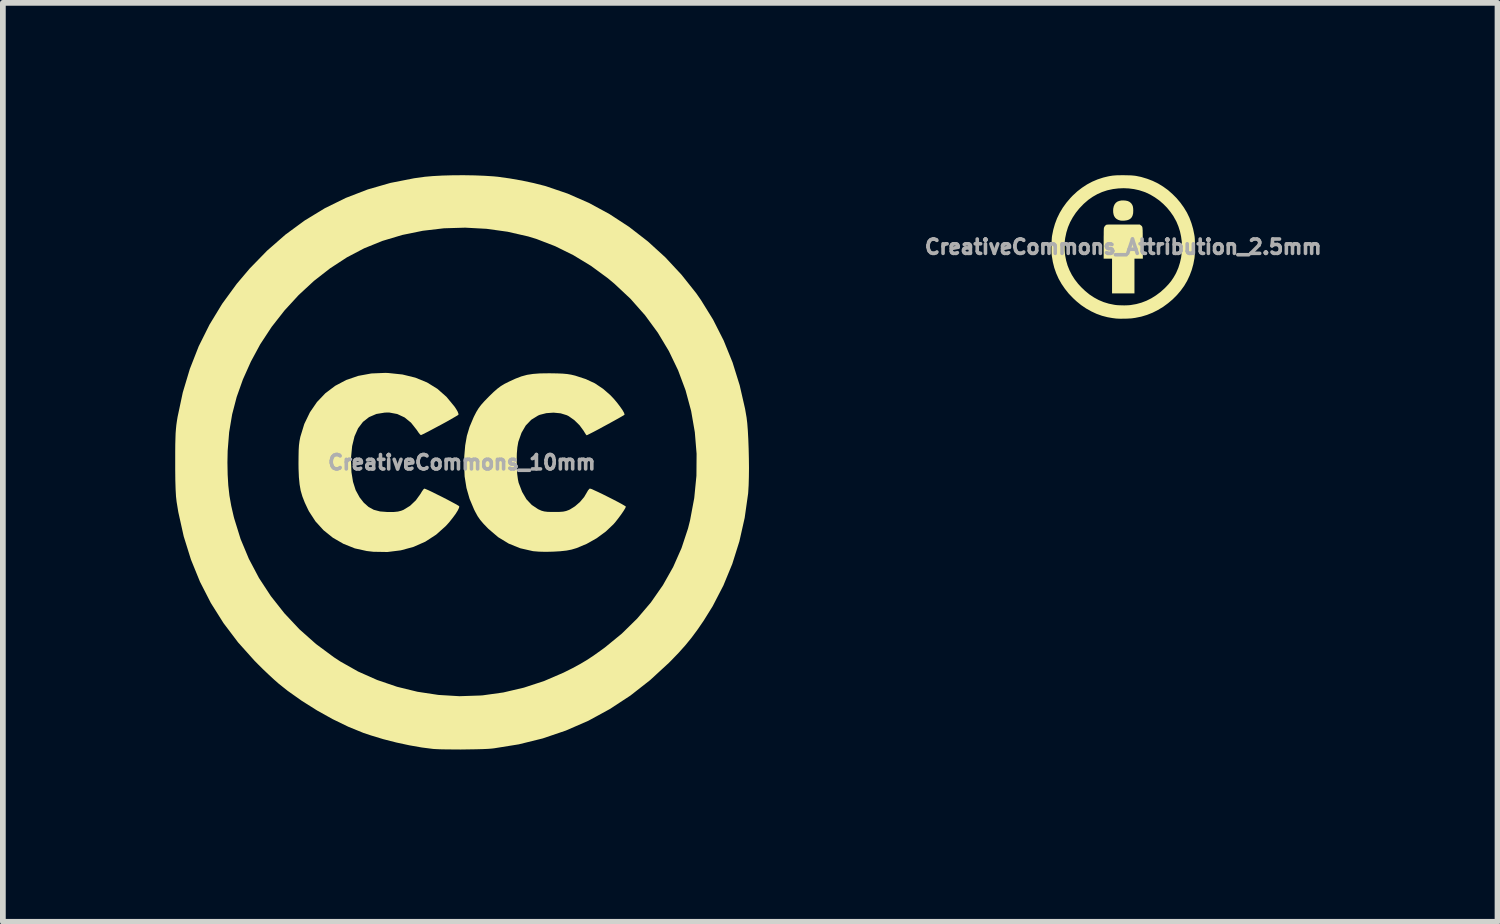
<source format=kicad_pcb>
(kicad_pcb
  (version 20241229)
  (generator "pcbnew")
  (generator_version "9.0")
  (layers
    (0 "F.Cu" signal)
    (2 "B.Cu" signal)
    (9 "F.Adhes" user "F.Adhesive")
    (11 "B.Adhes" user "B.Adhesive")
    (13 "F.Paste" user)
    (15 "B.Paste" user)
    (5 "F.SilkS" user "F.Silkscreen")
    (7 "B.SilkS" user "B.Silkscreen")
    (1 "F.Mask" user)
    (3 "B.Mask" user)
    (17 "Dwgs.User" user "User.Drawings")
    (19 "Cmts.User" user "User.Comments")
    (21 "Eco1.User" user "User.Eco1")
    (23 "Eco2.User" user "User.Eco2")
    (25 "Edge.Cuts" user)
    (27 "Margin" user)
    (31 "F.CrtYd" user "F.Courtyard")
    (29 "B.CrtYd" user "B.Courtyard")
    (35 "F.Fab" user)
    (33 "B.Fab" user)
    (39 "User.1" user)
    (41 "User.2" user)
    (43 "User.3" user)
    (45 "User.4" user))
  (footprint "CreativeCommons_10mm"
    (layer "F.Cu")
    (at 4.99 5)
    (property "Reference" "CreativeCommons_10mm" (at 0 0 0) (layer "F.Fab") (effects (font (size 0.25 0.25) (thickness 0.3))))
    (attr board_only exclude_from_pos_files exclude_from_bom)
    (fp_poly (pts (xy -1.282 -1.557) (xy -1.034 -1.531) (xy -0.81 -1.476) (xy -0.607 -1.393) (xy -0.427 -1.282) (xy -0.267 -1.141) (xy -0.127 -0.971) (xy -0.101 -0.932) (xy -0.073 -0.884) (xy -0.059 -0.845) (xy -0.059 -0.832) (xy -0.076 -0.819) (xy -0.12 -0.793) (xy -0.184 -0.756) (xy -0.263 -0.711) (xy -0.351 -0.663) (xy -0.443 -0.614) (xy -0.531 -0.567) (xy -0.611 -0.525) (xy -0.677 -0.492) (xy -0.712 -0.476) (xy -0.728 -0.487) (xy -0.756 -0.522) (xy -0.787 -0.568) (xy -0.885 -0.692) (xy -0.998 -0.784) (xy -1.125 -0.843) (xy -1.264 -0.869) (xy -1.34 -0.868) (xy -1.488 -0.844) (xy -1.616 -0.789) (xy -1.722 -0.706) (xy -1.807 -0.594) (xy -1.869 -0.454) (xy -1.91 -0.285) (xy -1.929 -0.088) (xy -1.93 -0.027) (xy -1.922 0.169) (xy -1.895 0.337) (xy -1.849 0.482) (xy -1.78 0.608) (xy -1.708 0.7) (xy -1.625 0.774) (xy -1.534 0.824) (xy -1.425 0.853) (xy -1.293 0.863) (xy -1.273 0.863) (xy -1.18 0.862) (xy -1.112 0.855) (xy -1.057 0.841) (xy -1.016 0.825) (xy -0.902 0.755) (xy -0.801 0.659) (xy -0.723 0.551) (xy -0.692 0.5) (xy -0.666 0.465) (xy -0.653 0.455) (xy -0.63 0.463) (xy -0.581 0.484) (xy -0.514 0.516) (xy -0.434 0.556) (xy -0.347 0.599) (xy -0.261 0.643) (xy -0.182 0.685) (xy -0.115 0.721) (xy -0.068 0.748) (xy -0.046 0.762) (xy -0.046 0.763) (xy -0.049 0.789) (xy -0.072 0.837) (xy -0.111 0.899) (xy -0.163 0.969) (xy -0.222 1.043) (xy -0.28 1.107) (xy -0.448 1.257) (xy -0.636 1.379) (xy -0.842 1.47) (xy -1.063 1.53) (xy -1.296 1.559) (xy -1.54 1.555) (xy -1.655 1.542) (xy -1.863 1.496) (xy -2.061 1.417) (xy -2.245 1.311) (xy -2.409 1.179) (xy -2.549 1.025) (xy -2.662 0.851) (xy -2.68 0.815) (xy -2.735 0.698) (xy -2.776 0.593) (xy -2.806 0.49) (xy -2.825 0.381) (xy -2.837 0.258) (xy -2.843 0.112) (xy -2.844 0.027) (xy -2.843 -0.107) (xy -2.841 -0.212) (xy -2.836 -0.297) (xy -2.827 -0.368) (xy -2.814 -0.435) (xy -2.812 -0.445) (xy -2.743 -0.67) (xy -2.645 -0.873) (xy -2.522 -1.052) (xy -2.375 -1.206) (xy -2.205 -1.334) (xy -2.014 -1.435) (xy -1.804 -1.507) (xy -1.576 -1.549) (xy -1.334 -1.559)) (stroke (width 0) (type solid)) (fill yes) (layer "F.SilkS"))
    (fp_poly (pts (xy 1.536 -1.552) (xy 1.66 -1.55) (xy 1.756 -1.546) (xy 1.834 -1.539) (xy 1.902 -1.528) (xy 1.969 -1.512) (xy 1.973 -1.511) (xy 2.157 -1.451) (xy 2.316 -1.377) (xy 2.459 -1.281) (xy 2.587 -1.169) (xy 2.642 -1.111) (xy 2.698 -1.045) (xy 2.75 -0.977) (xy 2.793 -0.916) (xy 2.822 -0.866) (xy 2.832 -0.835) (xy 2.832 -0.832) (xy 2.816 -0.82) (xy 2.773 -0.795) (xy 2.71 -0.759) (xy 2.632 -0.716) (xy 2.545 -0.668) (xy 2.456 -0.62) (xy 2.37 -0.573) (xy 2.292 -0.532) (xy 2.229 -0.5) (xy 2.187 -0.479) (xy 2.171 -0.473) (xy 2.159 -0.487) (xy 2.136 -0.523) (xy 2.12 -0.55) (xy 2.048 -0.648) (xy 1.957 -0.737) (xy 1.859 -0.806) (xy 1.827 -0.822) (xy 1.72 -0.855) (xy 1.596 -0.867) (xy 1.47 -0.858) (xy 1.356 -0.829) (xy 1.326 -0.816) (xy 1.208 -0.743) (xy 1.112 -0.643) (xy 1.038 -0.516) (xy 0.983 -0.36) (xy 0.98 -0.345) (xy 0.966 -0.263) (xy 0.957 -0.157) (xy 0.954 -0.037) (xy 0.956 0.085) (xy 0.963 0.2) (xy 0.976 0.297) (xy 0.988 0.354) (xy 1.049 0.513) (xy 1.124 0.641) (xy 1.217 0.74) (xy 1.328 0.814) (xy 1.337 0.818) (xy 1.386 0.84) (xy 1.434 0.853) (xy 1.492 0.86) (xy 1.571 0.862) (xy 1.609 0.862) (xy 1.699 0.861) (xy 1.764 0.856) (xy 1.815 0.845) (xy 1.863 0.827) (xy 1.882 0.818) (xy 1.97 0.763) (xy 2.056 0.688) (xy 2.128 0.603) (xy 2.171 0.53) (xy 2.197 0.485) (xy 2.221 0.458) (xy 2.23 0.455) (xy 2.255 0.462) (xy 2.304 0.484) (xy 2.372 0.515) (xy 2.453 0.554) (xy 2.539 0.597) (xy 2.626 0.641) (xy 2.707 0.683) (xy 2.776 0.72) (xy 2.826 0.749) (xy 2.852 0.766) (xy 2.855 0.769) (xy 2.844 0.796) (xy 2.815 0.844) (xy 2.774 0.904) (xy 2.726 0.969) (xy 2.676 1.033) (xy 2.64 1.075) (xy 2.506 1.202) (xy 2.347 1.319) (xy 2.173 1.417) (xy 1.996 1.491) (xy 1.909 1.517) (xy 1.822 1.534) (xy 1.711 1.546) (xy 1.586 1.553) (xy 1.459 1.556) (xy 1.342 1.553) (xy 1.245 1.545) (xy 1.237 1.544) (xy 1.017 1.494) (xy 0.816 1.413) (xy 0.632 1.301) (xy 0.461 1.155) (xy 0.453 1.147) (xy 0.377 1.068) (xy 0.32 1.001) (xy 0.274 0.935) (xy 0.231 0.856) (xy 0.212 0.818) (xy 0.134 0.633) (xy 0.08 0.444) (xy 0.048 0.244) (xy 0.039 0.025) (xy 0.042 -0.109) (xy 0.058 -0.297) (xy 0.087 -0.463) (xy 0.134 -0.619) (xy 0.201 -0.778) (xy 0.211 -0.8) (xy 0.251 -0.878) (xy 0.29 -0.942) (xy 0.334 -1.001) (xy 0.391 -1.065) (xy 0.468 -1.144) (xy 0.472 -1.148) (xy 0.552 -1.226) (xy 0.617 -1.283) (xy 0.677 -1.328) (xy 0.741 -1.367) (xy 0.819 -1.406) (xy 0.934 -1.459) (xy 1.036 -1.498) (xy 1.135 -1.525) (xy 1.24 -1.541) (xy 1.36 -1.55) (xy 1.506 -1.552)) (stroke (width 0) (type solid)) (fill yes) (layer "F.SilkS"))
    (fp_poly (pts (xy 0.221 -4.997) (xy 0.397 -4.99) (xy 0.552 -4.98) (xy 0.626 -4.973) (xy 0.833 -4.944) (xy 1.046 -4.907) (xy 1.251 -4.863) (xy 1.437 -4.816) (xy 1.462 -4.809) (xy 1.841 -4.68) (xy 2.211 -4.518) (xy 2.569 -4.324) (xy 2.912 -4.1) (xy 3.237 -3.848) (xy 3.542 -3.57) (xy 3.823 -3.268) (xy 4.08 -2.945) (xy 4.162 -2.827) (xy 4.373 -2.486) (xy 4.557 -2.123) (xy 4.712 -1.741) (xy 4.836 -1.343) (xy 4.93 -0.933) (xy 4.956 -0.782) (xy 4.968 -0.682) (xy 4.978 -0.553) (xy 4.986 -0.403) (xy 4.992 -0.24) (xy 4.996 -0.071) (xy 4.998 0.097) (xy 4.996 0.255) (xy 4.992 0.397) (xy 4.985 0.513) (xy 4.983 0.54) (xy 4.923 0.964) (xy 4.831 1.373) (xy 4.707 1.767) (xy 4.552 2.143) (xy 4.366 2.502) (xy 4.21 2.753) (xy 4.101 2.912) (xy 3.998 3.051) (xy 3.892 3.181) (xy 3.776 3.311) (xy 3.641 3.451) (xy 3.601 3.491) (xy 3.276 3.79) (xy 2.934 4.058) (xy 2.575 4.293) (xy 2.201 4.497) (xy 1.811 4.667) (xy 1.408 4.804) (xy 0.991 4.907) (xy 0.561 4.976) (xy 0.518 4.981) (xy 0.453 4.986) (xy 0.36 4.99) (xy 0.245 4.993) (xy 0.116 4.995) (xy -0.019 4.997) (xy -0.152 4.996) (xy -0.277 4.995) (xy -0.384 4.993) (xy -0.468 4.989) (xy -0.5 4.987) (xy -0.696 4.962) (xy -0.913 4.924) (xy -1.141 4.875) (xy -1.368 4.817) (xy -1.582 4.752) (xy -1.714 4.708) (xy -1.976 4.601) (xy -2.248 4.469) (xy -2.521 4.317) (xy -2.786 4.15) (xy -3.033 3.975) (xy -3.191 3.849) (xy -3.267 3.782) (xy -3.358 3.698) (xy -3.457 3.604) (xy -3.554 3.508) (xy -3.61 3.451) (xy -3.896 3.132) (xy -4.149 2.797) (xy -4.37 2.446) (xy -4.559 2.077) (xy -4.716 1.691) (xy -4.842 1.287) (xy -4.936 0.865) (xy -4.966 0.682) (xy -4.976 0.594) (xy -4.983 0.471) (xy -4.988 0.314) (xy -4.99 0.121) (xy -4.99 0) (xy -4.081 0) (xy -4.077 0.213) (xy -4.066 0.401) (xy -4.046 0.578) (xy -4.015 0.754) (xy -3.972 0.941) (xy -3.963 0.975) (xy -3.852 1.333) (xy -3.708 1.678) (xy -3.532 2.011) (xy -3.325 2.327) (xy -3.09 2.625) (xy -2.828 2.904) (xy -2.54 3.16) (xy -2.228 3.391) (xy -2.117 3.464) (xy -1.805 3.64) (xy -1.474 3.787) (xy -1.128 3.905) (xy -0.772 3.992) (xy -0.408 4.047) (xy -0.043 4.069) (xy 0.321 4.057) (xy 0.364 4.054) (xy 0.722 4.004) (xy 1.08 3.92) (xy 1.431 3.805) (xy 1.768 3.66) (xy 1.778 3.655) (xy 1.926 3.581) (xy 2.053 3.512) (xy 2.17 3.443) (xy 2.286 3.367) (xy 2.414 3.276) (xy 2.491 3.22) (xy 2.785 2.979) (xy 3.052 2.717) (xy 3.291 2.436) (xy 3.5 2.136) (xy 3.678 1.82) (xy 3.824 1.49) (xy 3.937 1.148) (xy 3.972 1.009) (xy 4.045 0.62) (xy 4.083 0.233) (xy 4.086 -0.15) (xy 4.055 -0.527) (xy 3.991 -0.896) (xy 3.894 -1.256) (xy 3.764 -1.604) (xy 3.603 -1.939) (xy 3.411 -2.259) (xy 3.188 -2.563) (xy 2.936 -2.848) (xy 2.654 -3.112) (xy 2.543 -3.205) (xy 2.249 -3.421) (xy 1.941 -3.608) (xy 1.625 -3.764) (xy 1.304 -3.888) (xy 1.155 -3.934) (xy 0.796 -4.016) (xy 0.429 -4.067) (xy 0.058 -4.087) (xy -0.313 -4.076) (xy -0.679 -4.033) (xy -1.037 -3.96) (xy -1.381 -3.857) (xy -1.7 -3.728) (xy -2.001 -3.57) (xy -2.294 -3.379) (xy -2.575 -3.16) (xy -2.841 -2.914) (xy -3.087 -2.646) (xy -3.311 -2.36) (xy -3.51 -2.057) (xy -3.673 -1.755) (xy -3.812 -1.444) (xy -3.92 -1.14) (xy -3.999 -0.837) (xy -4.051 -0.527) (xy -4.077 -0.202) (xy -4.081 0) (xy -4.99 0) (xy -4.99 -0.018) (xy -4.99 -0.18) (xy -4.989 -0.312) (xy -4.986 -0.419) (xy -4.983 -0.508) (xy -4.977 -0.584) (xy -4.97 -0.654) (xy -4.96 -0.724) (xy -4.949 -0.791) (xy -4.858 -1.219) (xy -4.735 -1.629) (xy -4.581 -2.022) (xy -4.393 -2.399) (xy -4.173 -2.761) (xy -3.92 -3.108) (xy -3.693 -3.376) (xy -3.39 -3.687) (xy -3.071 -3.966) (xy -2.736 -4.212) (xy -2.386 -4.425) (xy -2.02 -4.605) (xy -1.639 -4.752) (xy -1.243 -4.866) (xy -0.831 -4.947) (xy -0.643 -4.973) (xy -0.504 -4.985) (xy -0.339 -4.994) (xy -0.156 -4.999) (xy 0.033 -5)) (stroke (width 0) (type solid)) (fill yes) (layer "F.SilkS")))
  (footprint "CreativeCommons_Attribution_2.5mm"
    (layer "F.Cu")
    (at 16.503 1.248)
    (property "Reference" "CreativeCommons_Attribution_2.5mm" (at 0 0 0) (layer "F.Fab") (effects (font (size 0.25 0.25) (thickness 0.3))))
    (attr board_only exclude_from_pos_files exclude_from_bom)
    (fp_poly (pts (xy 0.043 -0.806) (xy 0.079 -0.798) (xy 0.109 -0.784) (xy 0.134 -0.763) (xy 0.144 -0.751) (xy 0.158 -0.729) (xy 0.167 -0.705) (xy 0.172 -0.675) (xy 0.174 -0.639) (xy 0.174 -0.63) (xy 0.172 -0.585) (xy 0.163 -0.548) (xy 0.149 -0.518) (xy 0.128 -0.494) (xy 0.101 -0.476) (xy 0.067 -0.464) (xy 0.026 -0.458) (xy 0.014 -0.457) (xy -0.008 -0.457) (xy -0.03 -0.457) (xy -0.048 -0.459) (xy -0.05 -0.459) (xy -0.086 -0.47) (xy -0.117 -0.487) (xy -0.142 -0.51) (xy -0.159 -0.538) (xy -0.16 -0.539) (xy -0.169 -0.567) (xy -0.175 -0.601) (xy -0.176 -0.636) (xy -0.174 -0.668) (xy -0.165 -0.708) (xy -0.15 -0.741) (xy -0.13 -0.767) (xy -0.104 -0.787) (xy -0.072 -0.8) (xy -0.033 -0.808) (xy 0 -0.809)) (stroke (width 0) (type solid)) (fill yes) (layer "F.SilkS"))
    (fp_poly (pts (xy -0.061 -0.39) (xy 0.002 -0.39) (xy 0.005 -0.39) (xy 0.289 -0.389) (xy 0.306 -0.376) (xy 0.313 -0.371) (xy 0.318 -0.367) (xy 0.323 -0.362) (xy 0.327 -0.356) (xy 0.33 -0.349) (xy 0.333 -0.339) (xy 0.335 -0.327) (xy 0.336 -0.31) (xy 0.338 -0.289) (xy 0.338 -0.263) (xy 0.339 -0.231) (xy 0.339 -0.192) (xy 0.34 -0.146) (xy 0.34 -0.092) (xy 0.34 -0.065) (xy 0.341 0.205) (xy 0.195 0.205) (xy 0.195 0.809) (xy -0.195 0.809) (xy -0.195 0.205) (xy -0.341 0.205) (xy -0.341 -0.056) (xy -0.341 -0.118) (xy -0.341 -0.173) (xy -0.34 -0.221) (xy -0.34 -0.26) (xy -0.339 -0.292) (xy -0.338 -0.314) (xy -0.337 -0.329) (xy -0.336 -0.333) (xy -0.328 -0.351) (xy -0.315 -0.369) (xy -0.299 -0.382) (xy -0.292 -0.386) (xy -0.286 -0.387) (xy -0.275 -0.388) (xy -0.257 -0.389) (xy -0.233 -0.389) (xy -0.201 -0.39) (xy -0.163 -0.39) (xy -0.116 -0.39)) (stroke (width 0) (type solid)) (fill yes) (layer "F.SilkS"))
    (fp_poly (pts (xy 0.055 -1.247) (xy 0.099 -1.246) (xy 0.137 -1.245) (xy 0.171 -1.242) (xy 0.202 -1.239) (xy 0.233 -1.234) (xy 0.266 -1.227) (xy 0.301 -1.22) (xy 0.317 -1.216) (xy 0.417 -1.186) (xy 0.513 -1.149) (xy 0.606 -1.104) (xy 0.694 -1.05) (xy 0.779 -0.989) (xy 0.858 -0.919) (xy 0.928 -0.849) (xy 0.996 -0.768) (xy 1.056 -0.684) (xy 1.108 -0.598) (xy 1.152 -0.507) (xy 1.187 -0.413) (xy 1.216 -0.314) (xy 1.237 -0.21) (xy 1.242 -0.18) (xy 1.244 -0.158) (xy 1.246 -0.128) (xy 1.247 -0.093) (xy 1.248 -0.054) (xy 1.248 -0.013) (xy 1.248 0.03) (xy 1.247 0.071) (xy 1.246 0.11) (xy 1.244 0.145) (xy 1.242 0.174) (xy 1.24 0.194) (xy 1.22 0.3) (xy 1.192 0.401) (xy 1.156 0.497) (xy 1.113 0.589) (xy 1.062 0.676) (xy 1.002 0.759) (xy 0.935 0.838) (xy 0.86 0.913) (xy 0.782 0.979) (xy 0.695 1.043) (xy 0.604 1.098) (xy 0.511 1.145) (xy 0.413 1.184) (xy 0.313 1.214) (xy 0.209 1.235) (xy 0.152 1.243) (xy 0.133 1.245) (xy 0.107 1.246) (xy 0.076 1.248) (xy 0.043 1.249) (xy 0.009 1.249) (xy -0.025 1.25) (xy -0.057 1.25) (xy -0.085 1.249) (xy -0.107 1.248) (xy -0.122 1.247) (xy -0.123 1.247) (xy -0.132 1.246) (xy -0.148 1.244) (xy -0.167 1.241) (xy -0.175 1.241) (xy -0.273 1.224) (xy -0.37 1.199) (xy -0.465 1.165) (xy -0.557 1.122) (xy -0.646 1.072) (xy -0.733 1.013) (xy -0.815 0.946) (xy -0.872 0.893) (xy -0.948 0.814) (xy -1.015 0.73) (xy -1.074 0.644) (xy -1.125 0.554) (xy -1.167 0.46) (xy -1.201 0.363) (xy -1.226 0.263) (xy -1.243 0.159) (xy -1.246 0.135) (xy -1.248 0.108) (xy -1.249 0.074) (xy -1.249 0.036) (xy -1.249 0.021) (xy -1.02 0.021) (xy -1.019 0.067) (xy -1.016 0.108) (xy -1.012 0.143) (xy -1.012 0.145) (xy -0.994 0.238) (xy -0.969 0.325) (xy -0.935 0.409) (xy -0.894 0.489) (xy -0.845 0.566) (xy -0.787 0.641) (xy -0.734 0.699) (xy -0.662 0.768) (xy -0.587 0.829) (xy -0.508 0.881) (xy -0.427 0.925) (xy -0.341 0.961) (xy -0.252 0.988) (xy -0.159 1.007) (xy -0.133 1.011) (xy -0.103 1.014) (xy -0.066 1.016) (xy -0.025 1.017) (xy 0.017 1.018) (xy 0.059 1.017) (xy 0.098 1.015) (xy 0.13 1.012) (xy 0.135 1.011) (xy 0.228 0.995) (xy 0.318 0.97) (xy 0.404 0.937) (xy 0.488 0.895) (xy 0.568 0.845) (xy 0.646 0.787) (xy 0.722 0.719) (xy 0.734 0.707) (xy 0.788 0.65) (xy 0.834 0.594) (xy 0.874 0.535) (xy 0.91 0.473) (xy 0.925 0.443) (xy 0.96 0.361) (xy 0.987 0.275) (xy 1.007 0.187) (xy 1.018 0.096) (xy 1.022 0.004) (xy 1.019 -0.088) (xy 1.007 -0.179) (xy 0.988 -0.268) (xy 0.961 -0.354) (xy 0.927 -0.437) (xy 0.918 -0.454) (xy 0.873 -0.535) (xy 0.82 -0.611) (xy 0.761 -0.683) (xy 0.696 -0.749) (xy 0.625 -0.81) (xy 0.55 -0.863) (xy 0.471 -0.91) (xy 0.389 -0.949) (xy 0.359 -0.96) (xy 0.275 -0.987) (xy 0.188 -1.006) (xy 0.097 -1.018) (xy 0.006 -1.022) (xy -0.086 -1.018) (xy -0.177 -1.007) (xy -0.266 -0.988) (xy -0.282 -0.984) (xy -0.369 -0.955) (xy -0.452 -0.918) (xy -0.531 -0.873) (xy -0.607 -0.82) (xy -0.679 -0.758) (xy -0.693 -0.745) (xy -0.764 -0.671) (xy -0.826 -0.594) (xy -0.879 -0.514) (xy -0.925 -0.43) (xy -0.962 -0.343) (xy -0.99 -0.252) (xy -1.01 -0.158) (xy -1.012 -0.145) (xy -1.016 -0.111) (xy -1.019 -0.07) (xy -1.02 -0.025) (xy -1.02 0.021) (xy -1.249 0.021) (xy -1.249 -0.006) (xy -1.248 -0.048) (xy -1.247 -0.09) (xy -1.245 -0.128) (xy -1.243 -0.162) (xy -1.24 -0.189) (xy -1.239 -0.195) (xy -1.218 -0.3) (xy -1.189 -0.401) (xy -1.152 -0.499) (xy -1.106 -0.593) (xy -1.052 -0.683) (xy -0.989 -0.77) (xy -0.919 -0.852) (xy -0.88 -0.893) (xy -0.801 -0.966) (xy -0.718 -1.03) (xy -0.631 -1.087) (xy -0.541 -1.135) (xy -0.447 -1.175) (xy -0.349 -1.207) (xy -0.266 -1.227) (xy -0.236 -1.233) (xy -0.21 -1.237) (xy -0.185 -1.241) (xy -0.161 -1.243) (xy -0.134 -1.245) (xy -0.105 -1.247) (xy -0.071 -1.247) (xy -0.031 -1.248) (xy 0.005 -1.248)) (stroke (width 0) (type solid)) (fill yes) (layer "F.SilkS")))
  (gr_rect
    (start -3 -3)
    (end 23.018 12.996)
    (stroke (width 0.1) (type default))
    (fill no)
    (layer "Edge.Cuts")))
</source>
